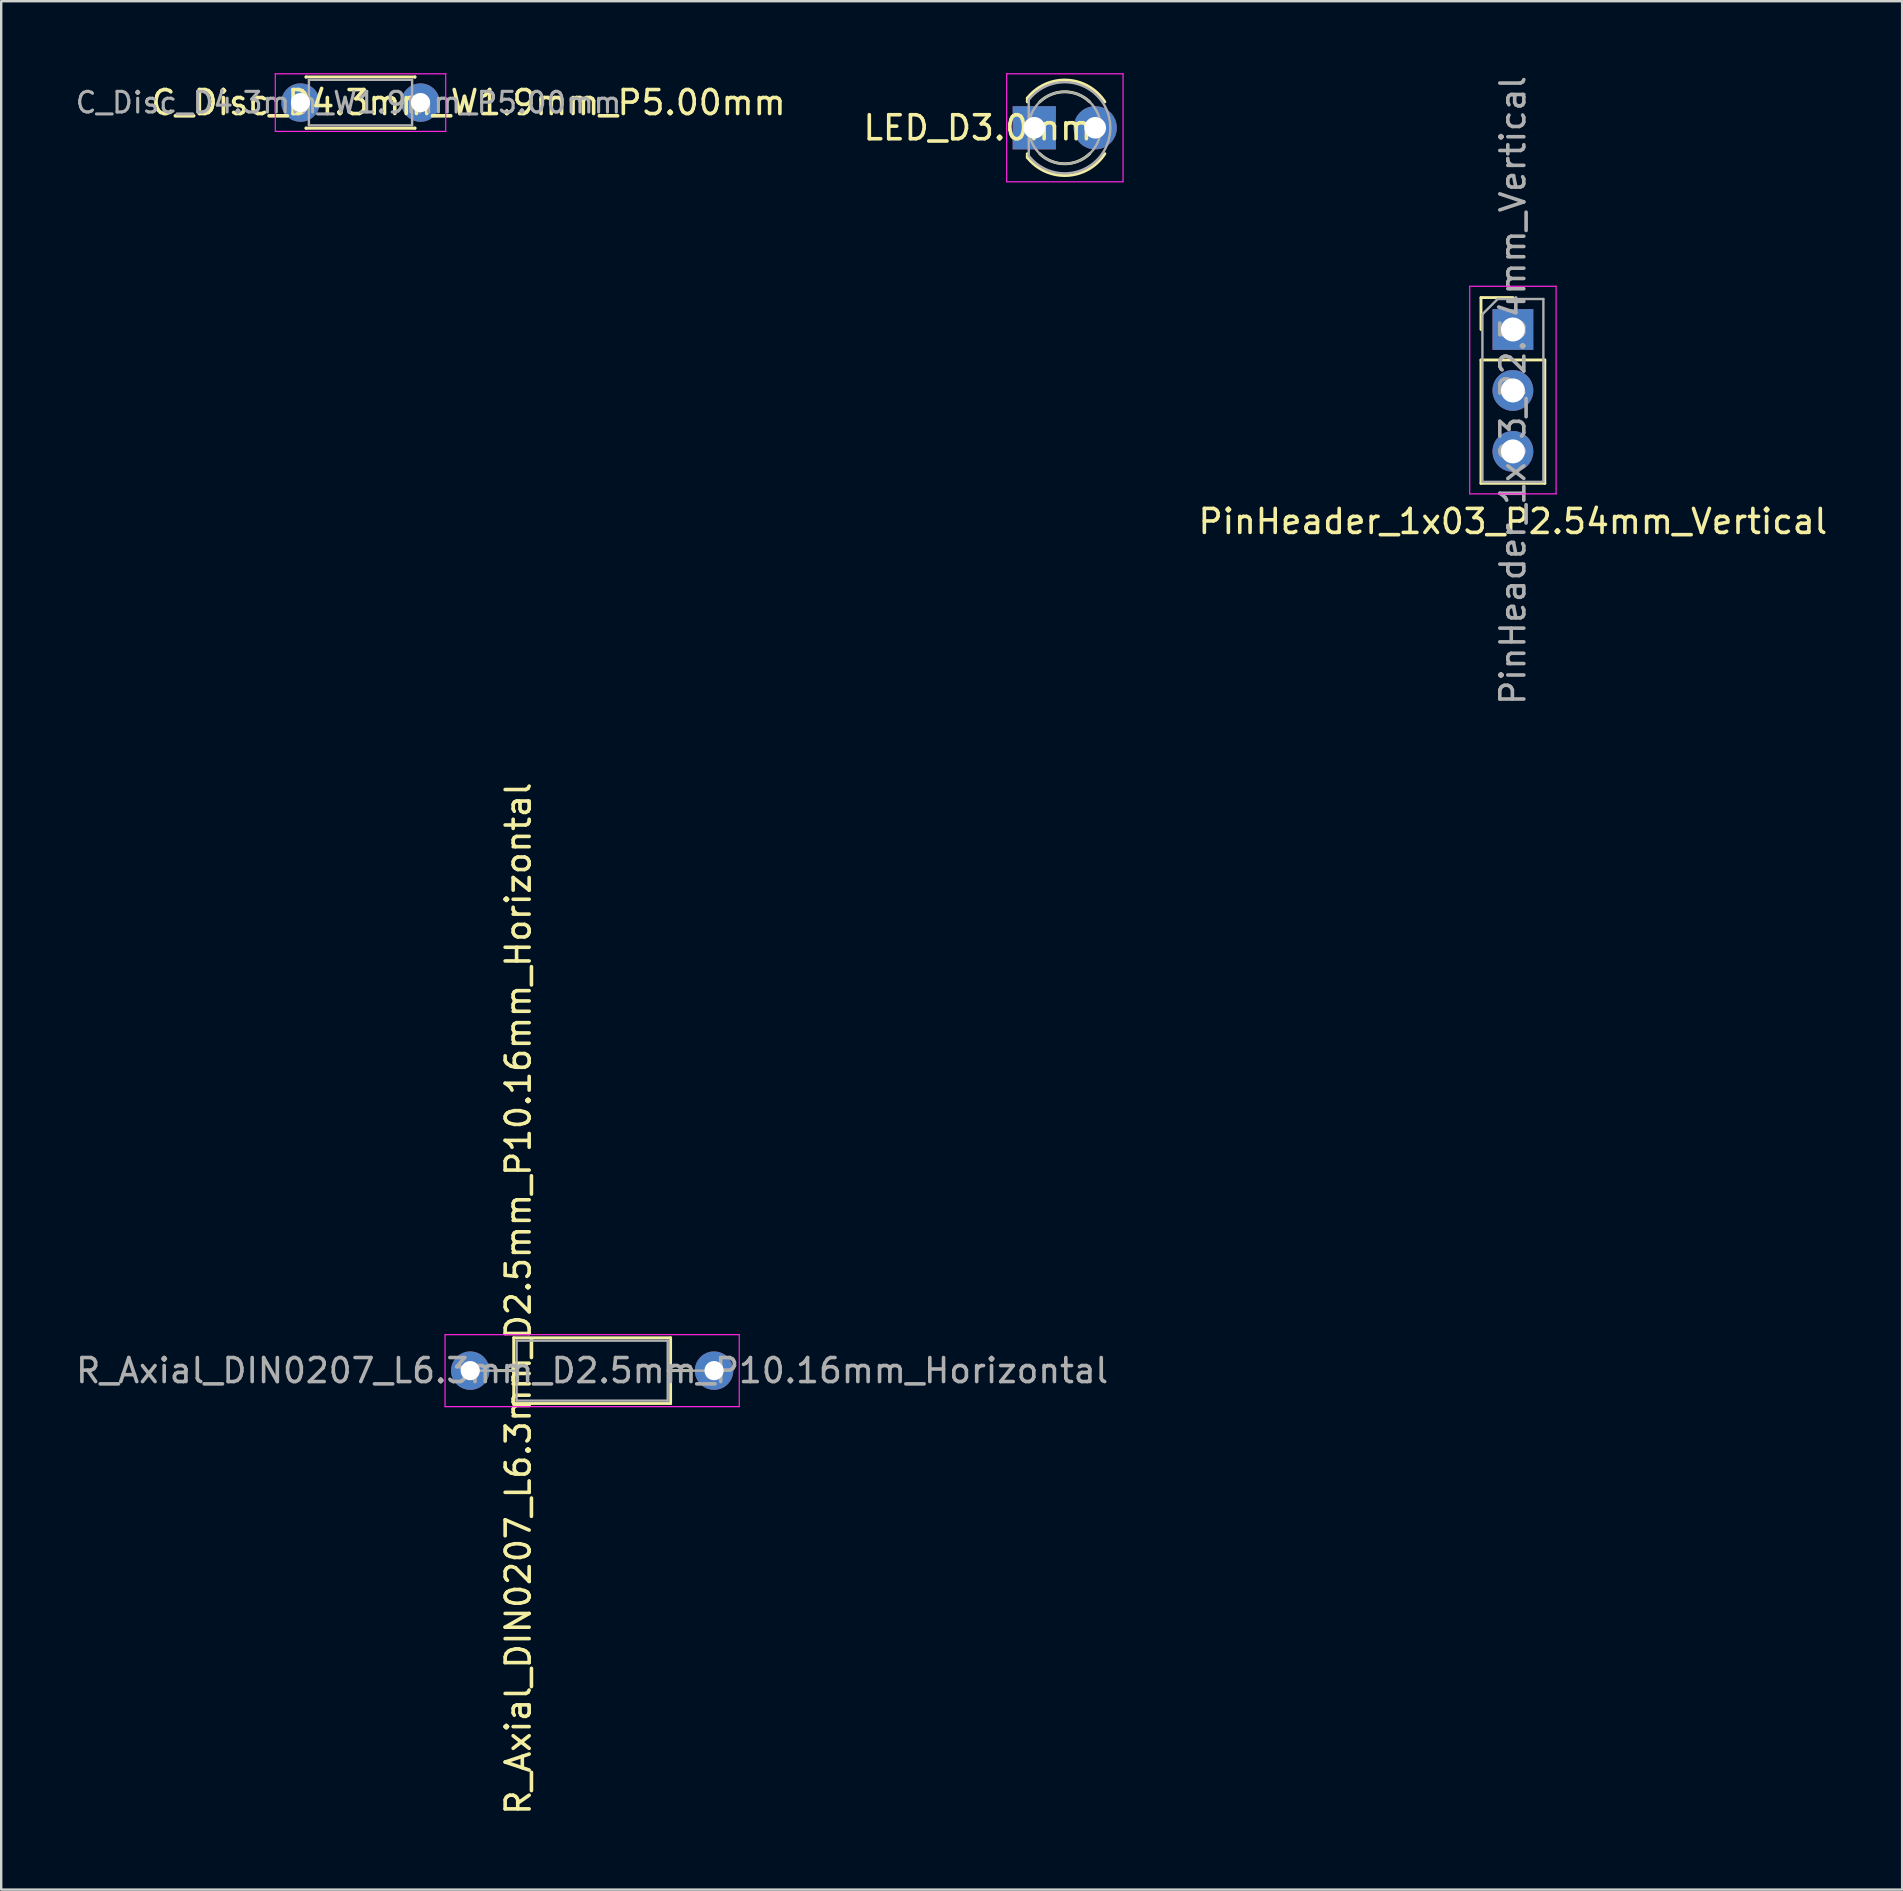
<source format=kicad_pcb>
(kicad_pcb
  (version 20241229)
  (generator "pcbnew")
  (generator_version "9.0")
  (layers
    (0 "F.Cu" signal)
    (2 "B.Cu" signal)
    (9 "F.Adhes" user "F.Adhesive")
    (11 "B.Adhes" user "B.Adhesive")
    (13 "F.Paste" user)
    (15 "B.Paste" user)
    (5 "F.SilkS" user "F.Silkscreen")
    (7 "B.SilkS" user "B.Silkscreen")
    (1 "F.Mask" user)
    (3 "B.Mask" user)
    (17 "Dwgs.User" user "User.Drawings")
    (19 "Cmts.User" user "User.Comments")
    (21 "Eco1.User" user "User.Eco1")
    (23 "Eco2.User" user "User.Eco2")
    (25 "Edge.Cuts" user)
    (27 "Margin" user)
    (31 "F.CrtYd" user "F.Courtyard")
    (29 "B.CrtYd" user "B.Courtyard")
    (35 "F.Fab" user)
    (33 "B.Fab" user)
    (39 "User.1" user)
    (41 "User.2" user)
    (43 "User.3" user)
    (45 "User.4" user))
  (footprint "C_Disc_D4.3mm_W1.9mm_P5.00mm"
    (layer "F.Cu")
    (at 9.472 1.225)
    (property "Reference" "C_Disc_D4.3mm_W1.9mm_P5.00mm" (at 7 0 0) (layer "F.SilkS") (effects (font (size 1 1) (thickness 0.15))))
    (attr through_hole)
    (fp_line (start 0.23 -1.07) (end 0.23 -1.055) (stroke (width 0.12) (type solid)) (layer "F.SilkS"))
    (fp_line (start 0.23 -1.07) (end 4.77 -1.07) (stroke (width 0.12) (type solid)) (layer "F.SilkS"))
    (fp_line (start 0.23 1.055) (end 0.23 1.07) (stroke (width 0.12) (type solid)) (layer "F.SilkS"))
    (fp_line (start 0.23 1.07) (end 4.77 1.07) (stroke (width 0.12) (type solid)) (layer "F.SilkS"))
    (fp_line (start 4.77 -1.07) (end 4.77 -1.055) (stroke (width 0.12) (type solid)) (layer "F.SilkS"))
    (fp_line (start 4.77 1.055) (end 4.77 1.07) (stroke (width 0.12) (type solid)) (layer "F.SilkS"))
    (fp_line (start -1.05 -1.2) (end -1.05 1.2) (stroke (width 0.05) (type solid)) (layer "F.CrtYd"))
    (fp_line (start -1.05 1.2) (end 6.05 1.2) (stroke (width 0.05) (type solid)) (layer "F.CrtYd"))
    (fp_line (start 6.05 -1.2) (end -1.05 -1.2) (stroke (width 0.05) (type solid)) (layer "F.CrtYd"))
    (fp_line (start 6.05 1.2) (end 6.05 -1.2) (stroke (width 0.05) (type solid)) (layer "F.CrtYd"))
    (fp_line (start 0.35 -0.95) (end 0.35 0.95) (stroke (width 0.1) (type solid)) (layer "F.Fab"))
    (fp_line (start 0.35 0.95) (end 4.65 0.95) (stroke (width 0.1) (type solid)) (layer "F.Fab"))
    (fp_line (start 4.65 -0.95) (end 0.35 -0.95) (stroke (width 0.1) (type solid)) (layer "F.Fab"))
    (fp_line (start 4.65 0.95) (end 4.65 -0.95) (stroke (width 0.1) (type solid)) (layer "F.Fab"))
    (fp_text user "${REFERENCE}" (at 2 0 0) (layer "F.Fab") (effects (font (size 0.86 0.86) (thickness 0.129))))
    (pad "1" thru_hole circle (at 0 0) (size 1.6 1.6) (drill 0.8) (layers "*.Cu" "*.Mask"))
    (pad "2" thru_hole circle (at 5 0) (size 1.6 1.6) (drill 0.8) (layers "*.Cu" "*.Mask")))
  (footprint "R_Axial_DIN0207_L6.3mm_D2.5mm_P10.16mm_Horizontal"
    (layer "F.Cu")
    (at 16.545 54.065)
    (property "Reference" "R_Axial_DIN0207_L6.3mm_D2.5mm_P10.16mm_Horizontal" (at 2 -3 90) (layer "F.SilkS") (effects (font (size 1 1) (thickness 0.15))))
    (attr through_hole)
    (fp_line (start 1.04 0) (end 1.81 0) (stroke (width 0.12) (type solid)) (layer "F.SilkS"))
    (fp_line (start 1.81 -1.37) (end 1.81 1.37) (stroke (width 0.12) (type solid)) (layer "F.SilkS"))
    (fp_line (start 1.81 1.37) (end 8.35 1.37) (stroke (width 0.12) (type solid)) (layer "F.SilkS"))
    (fp_line (start 8.35 -1.37) (end 1.81 -1.37) (stroke (width 0.12) (type solid)) (layer "F.SilkS"))
    (fp_line (start 8.35 1.37) (end 8.35 -1.37) (stroke (width 0.12) (type solid)) (layer "F.SilkS"))
    (fp_line (start 9.12 0) (end 8.35 0) (stroke (width 0.12) (type solid)) (layer "F.SilkS"))
    (fp_line (start -1.05 -1.5) (end -1.05 1.5) (stroke (width 0.05) (type solid)) (layer "F.CrtYd"))
    (fp_line (start -1.05 1.5) (end 11.21 1.5) (stroke (width 0.05) (type solid)) (layer "F.CrtYd"))
    (fp_line (start 11.21 -1.5) (end -1.05 -1.5) (stroke (width 0.05) (type solid)) (layer "F.CrtYd"))
    (fp_line (start 11.21 1.5) (end 11.21 -1.5) (stroke (width 0.05) (type solid)) (layer "F.CrtYd"))
    (fp_line (start 0 0) (end 1.93 0) (stroke (width 0.1) (type solid)) (layer "F.Fab"))
    (fp_line (start 1.93 -1.25) (end 1.93 1.25) (stroke (width 0.1) (type solid)) (layer "F.Fab"))
    (fp_line (start 1.93 1.25) (end 8.23 1.25) (stroke (width 0.1) (type solid)) (layer "F.Fab"))
    (fp_line (start 8.23 -1.25) (end 1.93 -1.25) (stroke (width 0.1) (type solid)) (layer "F.Fab"))
    (fp_line (start 8.23 1.25) (end 8.23 -1.25) (stroke (width 0.1) (type solid)) (layer "F.Fab"))
    (fp_line (start 10.16 0) (end 8.23 0) (stroke (width 0.1) (type solid)) (layer "F.Fab"))
    (fp_text user "${REFERENCE}" (at 5.08 0 0) (layer "F.Fab") (effects (font (size 1 1) (thickness 0.15))))
    (pad "1" thru_hole circle (at 0 0) (size 1.6 1.6) (drill 0.8) (layers "*.Cu" "*.Mask"))
    (pad "2" thru_hole oval (at 10.16 0) (size 1.6 1.6) (drill 0.8) (layers "*.Cu" "*.Mask")))
  (footprint "PinHeader_1x03_P2.54mm_Vertical"
    (layer "F.Cu")
    (at 59.993 10.68)
    (property "Reference" "PinHeader_1x03_P2.54mm_Vertical" (at 0 8 0) (layer "F.SilkS") (effects (font (size 1 1) (thickness 0.15))))
    (attr through_hole)
    (fp_line (start -1.33 -1.33) (end 0 -1.33) (stroke (width 0.12) (type solid)) (layer "F.SilkS"))
    (fp_line (start -1.33 0) (end -1.33 -1.33) (stroke (width 0.12) (type solid)) (layer "F.SilkS"))
    (fp_line (start -1.33 1.27) (end -1.33 6.41) (stroke (width 0.12) (type solid)) (layer "F.SilkS"))
    (fp_line (start -1.33 1.27) (end 1.33 1.27) (stroke (width 0.12) (type solid)) (layer "F.SilkS"))
    (fp_line (start -1.33 6.41) (end 1.33 6.41) (stroke (width 0.12) (type solid)) (layer "F.SilkS"))
    (fp_line (start 1.33 1.27) (end 1.33 6.41) (stroke (width 0.12) (type solid)) (layer "F.SilkS"))
    (fp_line (start -1.8 -1.8) (end -1.8 6.85) (stroke (width 0.05) (type solid)) (layer "F.CrtYd"))
    (fp_line (start -1.8 6.85) (end 1.8 6.85) (stroke (width 0.05) (type solid)) (layer "F.CrtYd"))
    (fp_line (start 1.8 -1.8) (end -1.8 -1.8) (stroke (width 0.05) (type solid)) (layer "F.CrtYd"))
    (fp_line (start 1.8 6.85) (end 1.8 -1.8) (stroke (width 0.05) (type solid)) (layer "F.CrtYd"))
    (fp_line (start -1.27 -0.635) (end -0.635 -1.27) (stroke (width 0.1) (type solid)) (layer "F.Fab"))
    (fp_line (start -1.27 6.35) (end -1.27 -0.635) (stroke (width 0.1) (type solid)) (layer "F.Fab"))
    (fp_line (start -0.635 -1.27) (end 1.27 -1.27) (stroke (width 0.1) (type solid)) (layer "F.Fab"))
    (fp_line (start 1.27 -1.27) (end 1.27 6.35) (stroke (width 0.1) (type solid)) (layer "F.Fab"))
    (fp_line (start 1.27 6.35) (end -1.27 6.35) (stroke (width 0.1) (type solid)) (layer "F.Fab"))
    (fp_text user "${REFERENCE}" (at 0 2.54 90) (layer "F.Fab") (effects (font (size 1 1) (thickness 0.15))))
    (pad "1" thru_hole rect (at 0 0) (size 1.7 1.7) (drill 1) (layers "*.Cu" "*.Mask"))
    (pad "2" thru_hole oval (at 0 2.54) (size 1.7 1.7) (drill 1) (layers "*.Cu" "*.Mask"))
    (pad "3" thru_hole oval (at 0 5.08) (size 1.7 1.7) (drill 1) (layers "*.Cu" "*.Mask")))
  (footprint "LED_D3.0mm"
    (layer "F.Cu")
    (at 40.048 2.275)
    (property "Reference" "LED_D3.0mm" (at -2.35 0 0) (layer "F.SilkS") (effects (font (size 1 1) (thickness 0.15))))
    (attr through_hole)
    (fp_line (start -0.29 -1.236) (end -0.29 -1.08) (stroke (width 0.12) (type solid)) (layer "F.SilkS"))
    (fp_line (start -0.29 1.08) (end -0.29 1.236) (stroke (width 0.12) (type solid)) (layer "F.SilkS"))
    (fp_arc (start -0.29 -1.235516) (mid 1.366487 -1.987659) (end 2.942335 -1.078608) (stroke (width 0.12) (type solid)) (layer "F.SilkS"))
    (fp_arc (start 0.229039 -1.08) (mid 1.270117 -1.5) (end 2.31113 -1.079837) (stroke (width 0.12) (type solid)) (layer "F.SilkS"))
    (fp_arc (start 2.31113 1.079837) (mid 1.270117 1.5) (end 0.229039 1.08) (stroke (width 0.12) (type solid)) (layer "F.SilkS"))
    (fp_arc (start 2.942335 1.078608) (mid 1.366487 1.987659) (end -0.29 1.235516) (stroke (width 0.12) (type solid)) (layer "F.SilkS"))
    (fp_line (start -1.15 -2.25) (end -1.15 2.25) (stroke (width 0.05) (type solid)) (layer "F.CrtYd"))
    (fp_line (start -1.15 2.25) (end 3.7 2.25) (stroke (width 0.05) (type solid)) (layer "F.CrtYd"))
    (fp_line (start 3.7 -2.25) (end -1.15 -2.25) (stroke (width 0.05) (type solid)) (layer "F.CrtYd"))
    (fp_line (start 3.7 2.25) (end 3.7 -2.25) (stroke (width 0.05) (type solid)) (layer "F.CrtYd"))
    (fp_line (start -0.23 -1.166) (end -0.23 1.166) (stroke (width 0.1) (type solid)) (layer "F.Fab"))
    (fp_arc (start -0.23 -1.16619) (mid 3.17 0.000452) (end -0.230555 1.165476) (stroke (width 0.1) (type solid)) (layer "F.Fab"))
    (fp_circle (center 1.27 0) (end 2.77 0) (stroke (width 0.1) (type solid)) (fill no) (layer "F.Fab"))
    (pad "1" thru_hole rect (at 0 0) (size 1.8 1.8) (drill 0.9) (layers "*.Cu" "*.Mask"))
    (pad "2" thru_hole circle (at 2.54 0) (size 1.8 1.8) (drill 0.9) (layers "*.Cu" "*.Mask")))
  (gr_rect
    (start -3 -3)
    (end 76.213 75.69)
    (stroke (width 0.1) (type default))
    (fill no)
    (layer "Edge.Cuts")))
</source>
